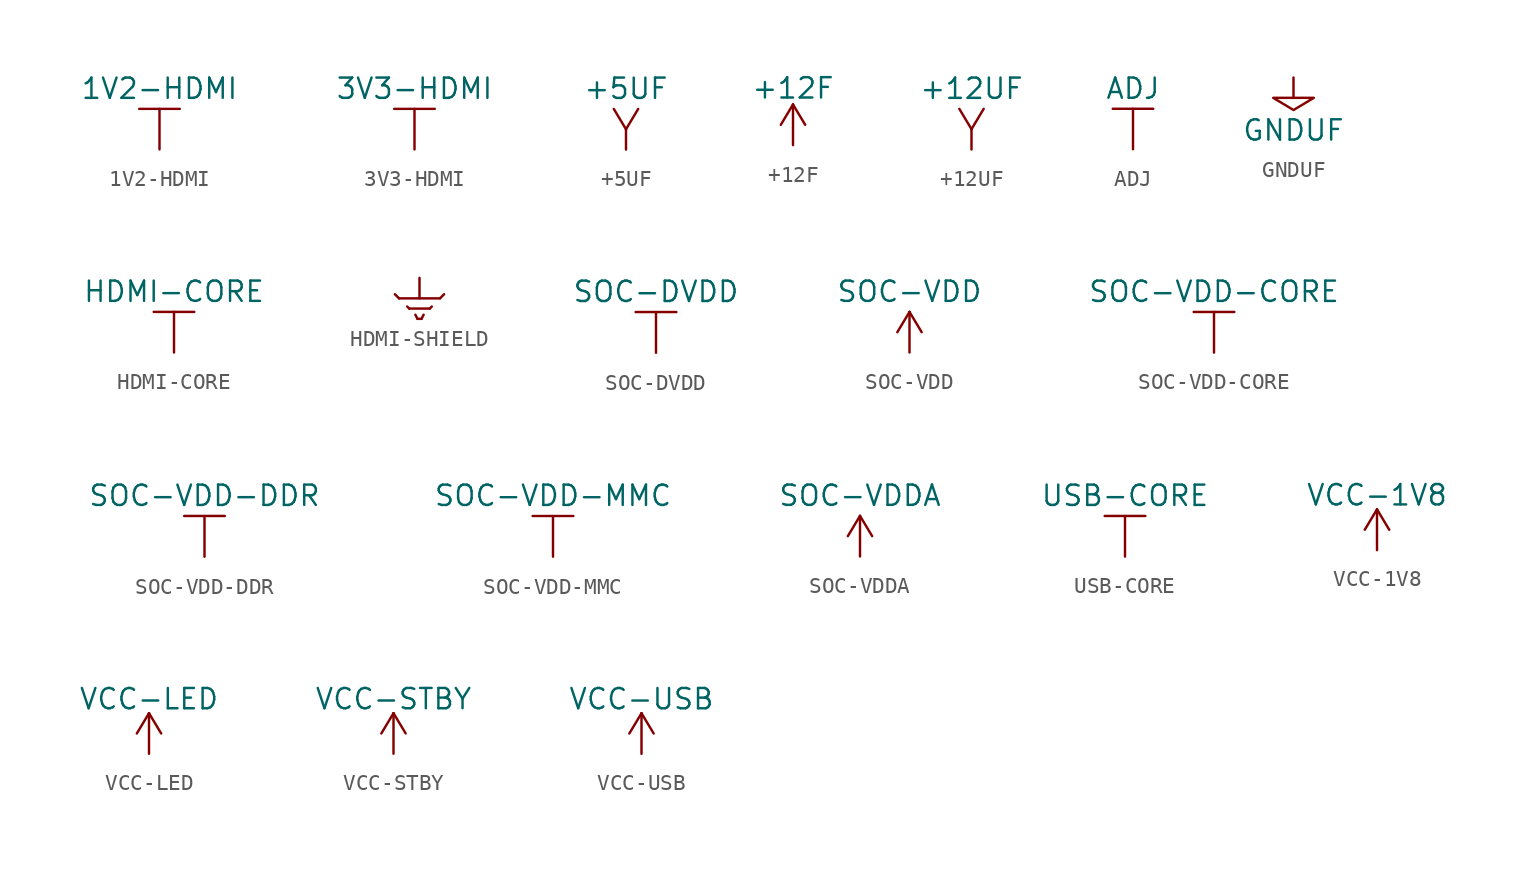
<source format=kicad_sym>
(kicad_symbol_lib
  (version 20231120)
  (generator "kicad_symbol_editor")
  (generator_version "8.0")
  (symbol "1V2-HDMI"
    (power)
    (property "Reference" "#PWR"
      (at 3.81 0 0)
      (effects (font (size 1.27 1.27)) (hide yes)))
    (property "Value" "1V2-HDMI"
      (at 0 3.81 0)
      (effects (font (size 1.27 1.27))))
    (symbol "1V2-HDMI_0_0"
      (pin power_in line (at 0 0 90) (length 0) hide (name "1V2-HDMI" (effects (font (size 1.27 1.27)))) (number "1" (effects (font (size 1.27 1.27))))))
    (symbol "1V2-HDMI_0_1"
      (polyline (pts (xy -1.27 2.54) (xy 1.27 2.54)) (stroke (width 0) (type default)) (fill (type none)))
      (polyline (pts (xy 0 0) (xy 0 2.54)) (stroke (width 0) (type default)) (fill (type none)))))
  (symbol "3V3-HDMI"
    (power)
    (property "Reference" "#PWR"
      (at 3.81 0 0)
      (effects (font (size 1.27 1.27)) (hide yes)))
    (property "Value" "3V3-HDMI"
      (at 0 3.81 0)
      (effects (font (size 1.27 1.27))))
    (symbol "3V3-HDMI_0_0"
      (pin power_in line (at 0 0 90) (length 0) hide (name "3V3-HDMI" (effects (font (size 1.27 1.27)))) (number "1" (effects (font (size 1.27 1.27))))))
    (symbol "3V3-HDMI_0_1"
      (polyline (pts (xy -1.27 2.54) (xy 1.27 2.54)) (stroke (width 0) (type default)) (fill (type none)))
      (polyline (pts (xy 0 0) (xy 0 2.54)) (stroke (width 0) (type default)) (fill (type none)))))
  (symbol "+5UF"
    (power)
    (property "Reference" "#PWR"
      (at 0 5.08 0)
      (effects (font (size 1.27 1.27)) (hide yes)))
    (property "Value" "+5UF"
      (at 0 3.81 0)
      (effects (font (size 1.27 1.27))))
    (symbol "+5UF_0_1"
      (polyline (pts (xy 0 1.27) (xy -0.762 2.54)) (stroke (width 0) (type default)) (fill (type none)))
      (polyline (pts (xy 0 1.27) (xy 0 0)) (stroke (width 0) (type default)) (fill (type none)))
      (polyline (pts (xy 0 1.27) (xy 0.762 2.54)) (stroke (width 0) (type default)) (fill (type none))))
    (symbol "+5UF_1_1"
      (pin output line (at 0 0 90) (length 0) hide (name "+5UF" (effects (font (size 1.499 1.499)))) (number "1" (effects (font (size 1.499 1.499)))))))
  (symbol "+12F"
    (power)
    (pin_names
      (offset 0))
    (property "Reference" "#PWR"
      (at 0 -3.81 0)
      (effects (font (size 1.27 1.27)) (hide yes)))
    (property "Value" "+12F"
      (at 0 3.556 0)
      (effects (font (size 1.27 1.27))))
    (symbol "+12F_0_1"
      (polyline (pts (xy -0.762 1.27) (xy 0 2.54)) (stroke (width 0) (type default)) (fill (type none)))
      (polyline (pts (xy 0 0) (xy 0 2.54)) (stroke (width 0) (type default)) (fill (type none)))
      (polyline (pts (xy 0 2.54) (xy 0.762 1.27)) (stroke (width 0) (type default)) (fill (type none))))
    (symbol "+12F_1_1"
      (pin power_in line (at 0 0 90) (length 0) hide (name "+12F" (effects (font (size 1.27 1.27)))) (number "1" (effects (font (size 1.27 1.27)))))))
  (symbol "+12UF"
    (power)
    (property "Reference" "#PWR"
      (at 0 5.08 0)
      (effects (font (size 1.27 1.27)) (hide yes)))
    (property "Value" "+12UF"
      (at 0 3.81 0)
      (effects (font (size 1.27 1.27))))
    (symbol "+12UF_0_1"
      (polyline (pts (xy 0 1.27) (xy -0.762 2.54)) (stroke (width 0) (type default)) (fill (type none)))
      (polyline (pts (xy 0 1.27) (xy 0 0)) (stroke (width 0) (type default)) (fill (type none)))
      (polyline (pts (xy 0 1.27) (xy 0.762 2.54)) (stroke (width 0) (type default)) (fill (type none))))
    (symbol "+12UF_1_1"
      (pin output line (at 0 0 90) (length 0) hide (name "+12UF" (effects (font (size 1.499 1.499)))) (number "1" (effects (font (size 1.499 1.499)))))))
  (symbol "ADJ"
    (power)
    (property "Reference" "#PWR"
      (at 0 -1.27 0)
      (effects (font (size 1.27 1.27)) (hide yes)))
    (property "Value" "ADJ"
      (at 0 3.81 0)
      (effects (font (size 1.27 1.27))))
    (symbol "ADJ_0_1"
      (polyline (pts (xy -1.27 2.54) (xy 1.27 2.54)) (stroke (width 0) (type default)) (fill (type none)))
      (polyline (pts (xy 0 0) (xy 0 2.54)) (stroke (width 0) (type default)) (fill (type none))))
    (symbol "ADJ_1_1"
      (pin power_in line (at 0 0 90) (length 0) hide (name "ADJ" (effects (font (size 1.27 1.27)))) (number "1" (effects (font (size 1.27 1.27)))))))
  (symbol "GNDUF"
    (power)
    (property "Reference" "#PWR"
      (at 0 -5.08 0)
      (effects (font (size 1.27 1.27)) (hide yes)))
    (property "Value" "GNDUF"
      (at 0 -3.302 0)
      (effects (font (size 1.27 1.27))))
    (symbol "GNDUF_0_1"
      (polyline (pts (xy 0 0) (xy 0 -1.27) (xy 1.27 -1.27) (xy 0 -2.032) (xy -1.27 -1.27) (xy 0 -1.27)) (stroke (width 0) (type default)) (fill (type none))))
    (symbol "GNDUF_1_1"
      (pin output line (at 0 0 270) (length 0) hide (name "GNDUF" (effects (font (size 1.499 1.499)))) (number "1" (effects (font (size 1.499 1.499)))))))
  (symbol "HDMI-CORE"
    (power)
    (property "Reference" "#PWR"
      (at 3.81 0 0)
      (effects (font (size 1.27 1.27)) (hide yes)))
    (property "Value" "HDMI-CORE"
      (at 0 3.81 0)
      (effects (font (size 1.27 1.27))))
    (symbol "HDMI-CORE_0_0"
      (pin power_in line (at 0 0 90) (length 0) hide (name "HDMI-CORE" (effects (font (size 1.27 1.27)))) (number "1" (effects (font (size 1.27 1.27))))))
    (symbol "HDMI-CORE_0_1"
      (polyline (pts (xy -1.27 2.54) (xy 1.27 2.54)) (stroke (width 0) (type default)) (fill (type none)))
      (polyline (pts (xy 0 0) (xy 0 2.54)) (stroke (width 0) (type default)) (fill (type none)))))
  (symbol "HDMI-SHIELD"
    (power)
    (pin_names
      (offset 0))
    (property "Reference" "#PWR"
      (at 0 -6.35 0)
      (effects (font (size 1.27 1.27)) (hide yes)))
    (symbol "HDMI-SHIELD_0_1"
      (polyline (pts (xy -1.27 -1.27) (xy -1.524 -1.016)) (stroke (width 0) (type default)) (fill (type none)))
      (polyline (pts (xy -0.635 -1.905) (xy -0.762 -1.778)) (stroke (width 0) (type default)) (fill (type none)))
      (polyline (pts (xy -0.635 -1.905) (xy 0.635 -1.905)) (stroke (width 0) (type default)) (fill (type none)))
      (polyline (pts (xy -0.127 -2.54) (xy -0.254 -2.286)) (stroke (width 0) (type default)) (fill (type none)))
      (polyline (pts (xy -0.127 -2.54) (xy 0.127 -2.54)) (stroke (width 0) (type default)) (fill (type none)))
      (polyline (pts (xy 0 -1.27) (xy 0 0)) (stroke (width 0) (type default)) (fill (type none)))
      (polyline (pts (xy 0.127 -2.54) (xy 0.254 -2.286)) (stroke (width 0) (type default)) (fill (type none)))
      (polyline (pts (xy 0.635 -1.905) (xy 0.762 -1.778)) (stroke (width 0) (type default)) (fill (type none)))
      (polyline (pts (xy 1.27 -1.27) (xy -1.27 -1.27)) (stroke (width 0) (type default)) (fill (type none)))
      (polyline (pts (xy 1.27 -1.27) (xy 1.524 -1.016)) (stroke (width 0) (type default)) (fill (type none))))
    (symbol "HDMI-SHIELD_1_1"
      (pin power_in line (at 0 0 270) (length 0) hide (name "HDMI-SHIELD" (effects (font (size 1.27 1.27)))) (number "1" (effects (font (size 1.27 1.27)))))))
  (symbol "SOC-DVDD"
    (power)
    (property "Reference" "#PWR"
      (at 3.81 0 0)
      (effects (font (size 1.27 1.27)) (hide yes)))
    (property "Value" "SOC-DVDD"
      (at 0 3.81 0)
      (effects (font (size 1.27 1.27))))
    (symbol "SOC-DVDD_0_0"
      (pin power_in line (at 0 0 90) (length 0) hide (name "DVDD" (effects (font (size 1.27 1.27)))) (number "1" (effects (font (size 1.27 1.27))))))
    (symbol "SOC-DVDD_0_1"
      (polyline (pts (xy -1.27 2.54) (xy 1.27 2.54)) (stroke (width 0) (type default)) (fill (type none)))
      (polyline (pts (xy 0 0) (xy 0 2.54)) (stroke (width 0) (type default)) (fill (type none)))))
  (symbol "SOC-VDD"
    (power)
    (pin_names
      (offset 0))
    (property "Reference" "#PWR"
      (at 0 -3.81 0)
      (effects (font (size 1.27 1.27)) (hide yes)))
    (property "Value" "SOC-VDD"
      (at 0 3.81 0)
      (effects (font (size 1.27 1.27))))
    (symbol "SOC-VDD_0_1"
      (polyline (pts (xy -0.762 1.27) (xy 0 2.54)) (stroke (width 0) (type default)) (fill (type none)))
      (polyline (pts (xy 0 0) (xy 0 2.54)) (stroke (width 0) (type default)) (fill (type none)))
      (polyline (pts (xy 0 2.54) (xy 0.762 1.27)) (stroke (width 0) (type default)) (fill (type none))))
    (symbol "SOC-VDD_1_1"
      (pin power_in line (at 0 0 90) (length 0) hide (name "SOC-VDD" (effects (font (size 1.27 1.27)))) (number "1" (effects (font (size 1.27 1.27)))))))
  (symbol "SOC-VDD-CORE"
    (power)
    (property "Reference" "#PWR"
      (at 3.81 0 0)
      (effects (font (size 1.27 1.27)) (hide yes)))
    (property "Value" "SOC-VDD-CORE"
      (at 0 3.81 0)
      (effects (font (size 1.27 1.27))))
    (symbol "SOC-VDD-CORE_0_0"
      (pin power_in line (at 0 0 90) (length 0) hide (name "SOC-VDD-CORE" (effects (font (size 1.27 1.27)))) (number "1" (effects (font (size 1.27 1.27))))))
    (symbol "SOC-VDD-CORE_0_1"
      (polyline (pts (xy -1.27 2.54) (xy 1.27 2.54)) (stroke (width 0) (type default)) (fill (type none)))
      (polyline (pts (xy 0 0) (xy 0 2.54)) (stroke (width 0) (type default)) (fill (type none)))))
  (symbol "SOC-VDD-DDR"
    (power)
    (property "Reference" "#PWR"
      (at 3.81 0 0)
      (effects (font (size 1.27 1.27)) (hide yes)))
    (property "Value" "SOC-VDD-DDR"
      (at 0 3.81 0)
      (effects (font (size 1.27 1.27))))
    (symbol "SOC-VDD-DDR_0_0"
      (pin power_in line (at 0 0 90) (length 0) hide (name "SOC-VDD-DDR" (effects (font (size 1.27 1.27)))) (number "1" (effects (font (size 1.27 1.27))))))
    (symbol "SOC-VDD-DDR_0_1"
      (polyline (pts (xy -1.27 2.54) (xy 1.27 2.54)) (stroke (width 0) (type default)) (fill (type none)))
      (polyline (pts (xy 0 0) (xy 0 2.54)) (stroke (width 0) (type default)) (fill (type none)))))
  (symbol "SOC-VDD-MMC"
    (power)
    (property "Reference" "#PWR"
      (at 3.81 0 0)
      (effects (font (size 1.27 1.27)) (hide yes)))
    (property "Value" "SOC-VDD-MMC"
      (at 0 3.81 0)
      (effects (font (size 1.27 1.27))))
    (symbol "SOC-VDD-MMC_0_0"
      (pin power_in line (at 0 0 90) (length 0) hide (name "SOC-VDD-MMC" (effects (font (size 1.27 1.27)))) (number "1" (effects (font (size 1.27 1.27))))))
    (symbol "SOC-VDD-MMC_0_1"
      (polyline (pts (xy -1.27 2.54) (xy 1.27 2.54)) (stroke (width 0) (type default)) (fill (type none)))
      (polyline (pts (xy 0 0) (xy 0 2.54)) (stroke (width 0) (type default)) (fill (type none)))))
  (symbol "SOC-VDDA"
    (power)
    (pin_names
      (offset 0))
    (property "Reference" "#PWR"
      (at 0 -3.81 0)
      (effects (font (size 1.27 1.27)) (hide yes)))
    (property "Value" "SOC-VDDA"
      (at 0 3.81 0)
      (effects (font (size 1.27 1.27))))
    (symbol "SOC-VDDA_0_1"
      (polyline (pts (xy -0.762 1.27) (xy 0 2.54)) (stroke (width 0) (type default)) (fill (type none)))
      (polyline (pts (xy 0 0) (xy 0 2.54)) (stroke (width 0) (type default)) (fill (type none)))
      (polyline (pts (xy 0 2.54) (xy 0.762 1.27)) (stroke (width 0) (type default)) (fill (type none))))
    (symbol "SOC-VDDA_1_1"
      (pin power_in line (at 0 0 90) (length 0) hide (name "SOC-VDDA" (effects (font (size 1.27 1.27)))) (number "1" (effects (font (size 1.27 1.27)))))))
  (symbol "USB-CORE"
    (power)
    (property "Reference" "#PWR"
      (at 3.81 0 0)
      (effects (font (size 1.27 1.27)) (hide yes)))
    (property "Value" "USB-CORE"
      (at 0 3.81 0)
      (effects (font (size 1.27 1.27))))
    (symbol "USB-CORE_0_0"
      (pin power_in line (at 0 0 90) (length 0) hide (name "USB-CORE" (effects (font (size 1.27 1.27)))) (number "1" (effects (font (size 1.27 1.27))))))
    (symbol "USB-CORE_0_1"
      (polyline (pts (xy -1.27 2.54) (xy 1.27 2.54)) (stroke (width 0) (type default)) (fill (type none)))
      (polyline (pts (xy 0 0) (xy 0 2.54)) (stroke (width 0) (type default)) (fill (type none)))))
  (symbol "VCC-1V8"
    (power)
    (pin_names
      (offset 0))
    (property "Reference" "#PWR"
      (at 0 -3.81 0)
      (effects (font (size 1.27 1.27)) (hide yes)))
    (property "Value" "VCC-1V8"
      (at 0 3.429 0)
      (effects (font (size 1.27 1.27))))
    (symbol "VCC-1V8_0_1"
      (polyline (pts (xy -0.762 1.27) (xy 0 2.54)) (stroke (width 0) (type default)) (fill (type none)))
      (polyline (pts (xy 0 0) (xy 0 2.54)) (stroke (width 0) (type default)) (fill (type none)))
      (polyline (pts (xy 0 2.54) (xy 0.762 1.27)) (stroke (width 0) (type default)) (fill (type none))))
    (symbol "VCC-1V8_1_1"
      (pin power_in line (at 0 0 90) (length 0) hide (name "VCC-1V8" (effects (font (size 1.27 1.27)))) (number "1" (effects (font (size 1.27 1.27)))))))
  (symbol "VCC-LED"
    (power)
    (pin_names
      (offset 0))
    (property "Reference" "#PWR"
      (at 0 -3.81 0)
      (effects (font (size 1.27 1.27)) (hide yes)))
    (property "Value" "VCC-LED"
      (at 0 3.429 0)
      (effects (font (size 1.27 1.27))))
    (symbol "VCC-LED_0_1"
      (polyline (pts (xy -0.762 1.27) (xy 0 2.54)) (stroke (width 0) (type default)) (fill (type none)))
      (polyline (pts (xy 0 0) (xy 0 2.54)) (stroke (width 0) (type default)) (fill (type none)))
      (polyline (pts (xy 0 2.54) (xy 0.762 1.27)) (stroke (width 0) (type default)) (fill (type none))))
    (symbol "VCC-LED_1_1"
      (pin power_in line (at 0 0 90) (length 0) hide (name "VCC-LED" (effects (font (size 1.27 1.27)))) (number "1" (effects (font (size 1.27 1.27)))))))
  (symbol "VCC-STBY"
    (power)
    (pin_names
      (offset 0))
    (property "Reference" "#PWR"
      (at 0 -3.81 0)
      (effects (font (size 1.27 1.27)) (hide yes)))
    (property "Value" "VCC-STBY"
      (at 0 3.429 0)
      (effects (font (size 1.27 1.27))))
    (symbol "VCC-STBY_0_1"
      (polyline (pts (xy -0.762 1.27) (xy 0 2.54)) (stroke (width 0) (type default)) (fill (type none)))
      (polyline (pts (xy 0 0) (xy 0 2.54)) (stroke (width 0) (type default)) (fill (type none)))
      (polyline (pts (xy 0 2.54) (xy 0.762 1.27)) (stroke (width 0) (type default)) (fill (type none))))
    (symbol "VCC-STBY_1_1"
      (pin power_in line (at 0 0 90) (length 0) hide (name "VCC-STBY" (effects (font (size 1.27 1.27)))) (number "1" (effects (font (size 1.27 1.27)))))))
  (symbol "VCC-USB"
    (power)
    (pin_names
      (offset 0))
    (property "Reference" "#PWR"
      (at 0 -3.81 0)
      (effects (font (size 1.27 1.27)) (hide yes)))
    (property "Value" "VCC-USB"
      (at 0 3.429 0)
      (effects (font (size 1.27 1.27))))
    (symbol "VCC-USB_0_1"
      (polyline (pts (xy -0.762 1.27) (xy 0 2.54)) (stroke (width 0) (type default)) (fill (type none)))
      (polyline (pts (xy 0 0) (xy 0 2.54)) (stroke (width 0) (type default)) (fill (type none)))
      (polyline (pts (xy 0 2.54) (xy 0.762 1.27)) (stroke (width 0) (type default)) (fill (type none))))
    (symbol "VCC-USB_1_1"
      (pin power_in line (at 0 0 90) (length 0) hide (name "VCC-USB" (effects (font (size 1.27 1.27)))) (number "1" (effects (font (size 1.27 1.27))))))))
</source>
